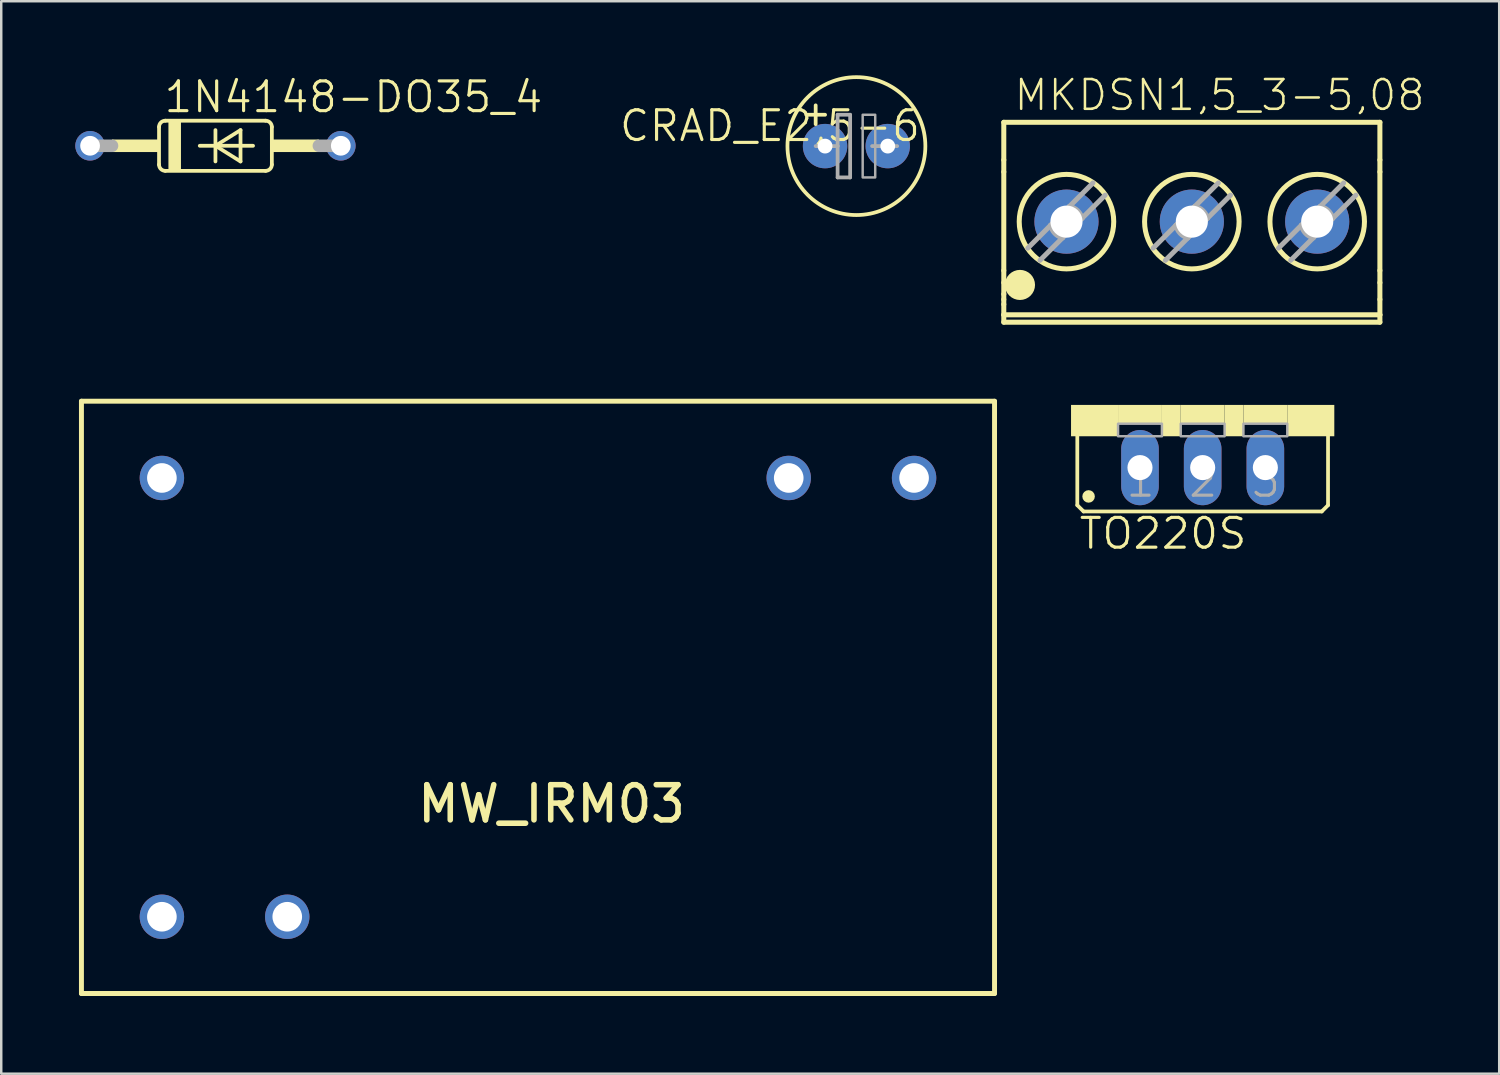
<source format=kicad_pcb>
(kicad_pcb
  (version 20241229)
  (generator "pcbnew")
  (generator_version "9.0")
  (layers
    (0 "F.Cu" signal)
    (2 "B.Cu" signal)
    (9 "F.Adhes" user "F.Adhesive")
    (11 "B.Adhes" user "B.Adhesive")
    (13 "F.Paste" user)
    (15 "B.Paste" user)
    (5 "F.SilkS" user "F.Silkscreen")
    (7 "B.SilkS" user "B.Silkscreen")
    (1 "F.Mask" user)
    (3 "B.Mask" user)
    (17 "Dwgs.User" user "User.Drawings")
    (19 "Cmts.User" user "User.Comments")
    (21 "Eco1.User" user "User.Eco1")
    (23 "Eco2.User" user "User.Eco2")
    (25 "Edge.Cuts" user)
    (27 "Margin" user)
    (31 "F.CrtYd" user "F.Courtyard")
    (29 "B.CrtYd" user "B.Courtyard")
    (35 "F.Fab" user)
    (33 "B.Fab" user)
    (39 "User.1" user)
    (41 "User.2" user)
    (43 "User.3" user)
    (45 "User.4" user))
  (footprint "TO220S"
    (layer "F.Cu")
    (at 45.684 13.358)
    (property "Reference" "TO220S" (at -5.08 5.918 0) (layer "F.SilkS") (effects (font (size 1.206 1.206) (thickness 0.127)) (justify left bottom)))
    (attr through_hole)
    (fp_line (start -5.08 4.064) (end -5.08 1.143) (stroke (width 0.152) (type solid)) (layer "F.SilkS"))
    (fp_line (start -5.08 4.064) (end -4.826 4.318) (stroke (width 0.152) (type solid)) (layer "F.SilkS"))
    (fp_line (start 4.826 4.318) (end -4.826 4.318) (stroke (width 0.152) (type solid)) (layer "F.SilkS"))
    (fp_line (start 4.826 4.318) (end 5.08 4.064) (stroke (width 0.152) (type solid)) (layer "F.SilkS"))
    (fp_line (start 5.08 1.143) (end 5.08 4.064) (stroke (width 0.152) (type solid)) (layer "F.SilkS"))
    (fp_circle (center -4.623 3.708) (end -4.496 3.708) (stroke (width 0.254) (type solid)) (fill no) (layer "F.SilkS"))
    (fp_poly (pts (xy -5.334 1.27) (xy -3.429 1.27) (xy -3.429 0) (xy -5.334 0)) (stroke (width 0) (type solid)) (fill yes) (layer "F.SilkS"))
    (fp_poly (pts (xy -3.429 0.762) (xy -1.651 0.762) (xy -1.651 0) (xy -3.429 0)) (stroke (width 0) (type solid)) (fill yes) (layer "F.SilkS"))
    (fp_poly (pts (xy -1.651 1.27) (xy -0.889 1.27) (xy -0.889 0) (xy -1.651 0)) (stroke (width 0) (type solid)) (fill yes) (layer "F.SilkS"))
    (fp_poly (pts (xy -0.889 0.762) (xy 0.889 0.762) (xy 0.889 0) (xy -0.889 0)) (stroke (width 0) (type solid)) (fill yes) (layer "F.SilkS"))
    (fp_poly (pts (xy 0.889 1.27) (xy 1.651 1.27) (xy 1.651 0) (xy 0.889 0)) (stroke (width 0) (type solid)) (fill yes) (layer "F.SilkS"))
    (fp_poly (pts (xy 1.651 0.762) (xy 3.429 0.762) (xy 3.429 0) (xy 1.651 0)) (stroke (width 0) (type solid)) (fill yes) (layer "F.SilkS"))
    (fp_poly (pts (xy 3.429 1.27) (xy 5.334 1.27) (xy 5.334 0) (xy 3.429 0)) (stroke (width 0) (type solid)) (fill yes) (layer "F.SilkS"))
    (fp_poly (pts (xy -3.429 1.27) (xy -1.651 1.27) (xy -1.651 0.762) (xy -3.429 0.762)) (stroke (width 0.1) (type solid)) (fill no) (layer "F.Fab"))
    (fp_poly (pts (xy -0.889 1.27) (xy 0.889 1.27) (xy 0.889 0.762) (xy -0.889 0.762)) (stroke (width 0.1) (type solid)) (fill no) (layer "F.Fab"))
    (fp_poly (pts (xy 1.651 1.27) (xy 3.429 1.27) (xy 3.429 0.762) (xy 1.651 0.762)) (stroke (width 0.1) (type solid)) (fill no) (layer "F.Fab"))
    (fp_text user "1" (at -3.175 3.81 0) (layer "F.Fab") (effects (font (size 1.206 1.206) (thickness 0.127)) (justify left bottom)))
    (fp_text user "2" (at -0.635 3.81 0) (layer "F.Fab") (effects (font (size 1.206 1.206) (thickness 0.127)) (justify left bottom)))
    (fp_text user "3" (at 1.905 3.81 0) (layer "F.Fab") (effects (font (size 1.206 1.206) (thickness 0.127)) (justify left bottom)))
    (pad "1" thru_hole oval (at -2.54 2.54 90) (size 3.048 1.524) (drill 1.016) (layers "*.Cu" "*.Mask"))
    (pad "2" thru_hole oval (at 0 2.54 90) (size 3.048 1.524) (drill 1.016) (layers "*.Cu" "*.Mask"))
    (pad "3" thru_hole oval (at 2.54 2.54 90) (size 3.048 1.524) (drill 1.016) (layers "*.Cu" "*.Mask")))
  (footprint "CRAD_E2,5-6"
    (layer "F.Cu")
    (at 31.653 2.87)
    (property "Reference" "CRAD_E2,5-6" (at 2.667 -1.524 0) (layer "F.SilkS") (effects (font (size 1.206 1.206) (thickness 0.127)) (justify right top)))
    (attr through_hole)
    (fp_line (start -2.032 -1.27) (end -1.651 -1.27) (stroke (width 0.152) (type solid)) (layer "F.SilkS"))
    (fp_line (start -1.651 -1.27) (end -1.651 -1.651) (stroke (width 0.152) (type solid)) (layer "F.SilkS"))
    (fp_line (start -1.651 -1.27) (end -1.27 -1.27) (stroke (width 0.152) (type solid)) (layer "F.SilkS"))
    (fp_line (start -1.651 -0.889) (end -1.651 -1.27) (stroke (width 0.152) (type solid)) (layer "F.SilkS"))
    (fp_circle (center 0 0) (end 2.794 0) (stroke (width 0.152) (type solid)) (fill no) (layer "F.SilkS"))
    (fp_line (start -1.651 0) (end -0.762 0) (stroke (width 0.152) (type solid)) (layer "F.Fab"))
    (fp_line (start -0.762 -1.27) (end -0.762 0) (stroke (width 0.152) (type solid)) (layer "F.Fab"))
    (fp_line (start -0.762 0) (end -0.762 1.27) (stroke (width 0.152) (type solid)) (layer "F.Fab"))
    (fp_line (start -0.762 1.27) (end -0.254 1.27) (stroke (width 0.152) (type solid)) (layer "F.Fab"))
    (fp_line (start -0.254 -1.27) (end -0.762 -1.27) (stroke (width 0.152) (type solid)) (layer "F.Fab"))
    (fp_line (start -0.254 1.27) (end -0.254 -1.27) (stroke (width 0.152) (type solid)) (layer "F.Fab"))
    (fp_line (start 0.635 0) (end 1.651 0) (stroke (width 0.152) (type solid)) (layer "F.Fab"))
    (fp_poly (pts (xy 0.254 1.27) (xy 0.762 1.27) (xy 0.762 -1.27) (xy 0.254 -1.27)) (stroke (width 0.1) (type solid)) (fill no) (layer "F.Fab"))
    (pad "+" thru_hole circle (at -1.27 0) (size 1.8 1.8) (drill 0.6) (layers "*.Cu" "*.Mask"))
    (pad "-" thru_hole circle (at 1.27 0) (size 1.8 1.8) (drill 0.6) (layers "*.Cu" "*.Mask")))
  (footprint "MKDSN1,5_3-5,08"
    (layer "F.Cu")
    (at 47.806 5.956)
    (property "Reference" "MKDSN1,5_3-5,08" (at -9.831 -4.445 0) (layer "F.SilkS") (effects (font (size 1.206 1.206) (thickness 0.102)) (justify left bottom)))
    (attr through_hole)
    (fp_line (start -10.181 -4.05) (end 5.059 -4.05) (stroke (width 0.203) (type solid)) (layer "F.SilkS"))
    (fp_line (start -10.181 -2.524) (end -10.181 -4.05) (stroke (width 0.203) (type solid)) (layer "F.SilkS"))
    (fp_line (start -10.181 -2.524) (end -10.181 -2.041) (stroke (width 0.203) (type solid)) (layer "F.SilkS"))
    (fp_line (start -10.181 1.956) (end -10.181 -2.041) (stroke (width 0.203) (type solid)) (layer "F.SilkS"))
    (fp_line (start -10.181 1.956) (end -10.181 2.448) (stroke (width 0.203) (type solid)) (layer "F.SilkS"))
    (fp_line (start -10.181 2.913) (end -10.181 2.448) (stroke (width 0.203) (type solid)) (layer "F.SilkS"))
    (fp_line (start -10.181 3.128) (end -10.181 2.913) (stroke (width 0.203) (type solid)) (layer "F.SilkS"))
    (fp_line (start -10.181 3.327) (end -10.181 3.128) (stroke (width 0.203) (type solid)) (layer "F.SilkS"))
    (fp_line (start -10.181 3.75) (end -10.181 3.327) (stroke (width 0.203) (type solid)) (layer "F.SilkS"))
    (fp_line (start -10.181 3.75) (end -10.181 4.05) (stroke (width 0.203) (type solid)) (layer "F.SilkS"))
    (fp_line (start -10.181 4.05) (end 5.059 4.05) (stroke (width 0.203) (type solid)) (layer "F.SilkS"))
    (fp_line (start 5.059 -2.524) (end 5.059 -4.05) (stroke (width 0.203) (type solid)) (layer "F.SilkS"))
    (fp_line (start 5.059 -2.524) (end 5.059 -2.041) (stroke (width 0.203) (type solid)) (layer "F.SilkS"))
    (fp_line (start 5.059 1.956) (end 5.059 -2.041) (stroke (width 0.203) (type solid)) (layer "F.SilkS"))
    (fp_line (start 5.059 1.956) (end 5.059 2.448) (stroke (width 0.203) (type solid)) (layer "F.SilkS"))
    (fp_line (start 5.059 3.128) (end 5.059 2.448) (stroke (width 0.203) (type solid)) (layer "F.SilkS"))
    (fp_line (start 5.059 3.75) (end -10.181 3.75) (stroke (width 0.203) (type solid)) (layer "F.SilkS"))
    (fp_line (start 5.059 3.75) (end 5.059 3.128) (stroke (width 0.203) (type solid)) (layer "F.SilkS"))
    (fp_line (start 5.059 3.75) (end 5.059 4.05) (stroke (width 0.203) (type solid)) (layer "F.SilkS"))
    (fp_circle (center -9.525 2.54) (end -9.22 2.54) (stroke (width 0.61) (type solid)) (fill no) (layer "F.SilkS"))
    (fp_circle (center -7.641 -0.025) (end -5.726 -0.025) (stroke (width 0.203) (type solid)) (fill no) (layer "F.SilkS"))
    (fp_circle (center -2.561 -0.025) (end -0.646 -0.025) (stroke (width 0.203) (type solid)) (fill no) (layer "F.SilkS"))
    (fp_circle (center 2.519 -0.025) (end 4.434 -0.025) (stroke (width 0.203) (type solid)) (fill no) (layer "F.SilkS"))
    (fp_line (start -9.209 1.048) (end -8.28 0.119) (stroke (width 0.203) (type solid)) (layer "F.Fab"))
    (fp_line (start -8.28 0.119) (end -7.641 -0.52) (stroke (width 0.203) (type solid)) (layer "F.Fab"))
    (fp_line (start -7.801 0.63) (end -8.714 1.543) (stroke (width 0.203) (type solid)) (layer "F.Fab"))
    (fp_line (start -7.641 -0.52) (end -7.522 -0.639) (stroke (width 0.203) (type solid)) (layer "F.Fab"))
    (fp_line (start -7.641 0.47) (end -7.801 0.63) (stroke (width 0.203) (type solid)) (layer "F.Fab"))
    (fp_line (start -7.522 -0.639) (end -6.568 -1.593) (stroke (width 0.203) (type solid)) (layer "F.Fab"))
    (fp_line (start -7.011 -0.16) (end -7.641 0.47) (stroke (width 0.203) (type solid)) (layer "F.Fab"))
    (fp_line (start -6.073 -1.098) (end -7.011 -0.16) (stroke (width 0.203) (type solid)) (layer "F.Fab"))
    (fp_line (start -4.129 1.048) (end -3.2 0.119) (stroke (width 0.203) (type solid)) (layer "F.Fab"))
    (fp_line (start -3.2 0.119) (end -2.561 -0.52) (stroke (width 0.203) (type solid)) (layer "F.Fab"))
    (fp_line (start -2.721 0.63) (end -3.634 1.543) (stroke (width 0.203) (type solid)) (layer "F.Fab"))
    (fp_line (start -2.561 -0.52) (end -2.442 -0.639) (stroke (width 0.203) (type solid)) (layer "F.Fab"))
    (fp_line (start -2.561 0.47) (end -2.721 0.63) (stroke (width 0.203) (type solid)) (layer "F.Fab"))
    (fp_line (start -2.442 -0.639) (end -1.488 -1.593) (stroke (width 0.203) (type solid)) (layer "F.Fab"))
    (fp_line (start -1.931 -0.16) (end -2.561 0.47) (stroke (width 0.203) (type solid)) (layer "F.Fab"))
    (fp_line (start -0.993 -1.098) (end -1.931 -0.16) (stroke (width 0.203) (type solid)) (layer "F.Fab"))
    (fp_line (start 0.951 1.048) (end 1.88 0.119) (stroke (width 0.203) (type solid)) (layer "F.Fab"))
    (fp_line (start 1.88 0.119) (end 2.519 -0.52) (stroke (width 0.203) (type solid)) (layer "F.Fab"))
    (fp_line (start 2.359 0.63) (end 1.446 1.543) (stroke (width 0.203) (type solid)) (layer "F.Fab"))
    (fp_line (start 2.519 -0.52) (end 2.638 -0.639) (stroke (width 0.203) (type solid)) (layer "F.Fab"))
    (fp_line (start 2.519 0.47) (end 2.359 0.63) (stroke (width 0.203) (type solid)) (layer "F.Fab"))
    (fp_line (start 2.638 -0.639) (end 3.592 -1.593) (stroke (width 0.203) (type solid)) (layer "F.Fab"))
    (fp_line (start 3.149 -0.16) (end 2.519 0.47) (stroke (width 0.203) (type solid)) (layer "F.Fab"))
    (fp_line (start 4.087 -1.098) (end 3.149 -0.16) (stroke (width 0.203) (type solid)) (layer "F.Fab"))
    (fp_arc (start -7.801099 0.63) (mid -8.115315 0.444537) (end -8.2801 0.119) (stroke (width 0.2032) (type solid)) (layer "F.Fab"))
    (fp_arc (start -7.5221 -0.639) (mid -7.196563 -0.474216) (end -7.0111 -0.16) (stroke (width 0.2032) (type solid)) (layer "F.Fab"))
    (fp_arc (start -2.721099 0.63) (mid -3.035315 0.444537) (end -3.2001 0.119) (stroke (width 0.2032) (type solid)) (layer "F.Fab"))
    (fp_arc (start -2.4421 -0.639) (mid -2.116563 -0.474216) (end -1.9311 -0.16) (stroke (width 0.2032) (type solid)) (layer "F.Fab"))
    (fp_arc (start 2.3589 0.629999) (mid 2.044684 0.444536) (end 1.8799 0.119) (stroke (width 0.2032) (type solid)) (layer "F.Fab"))
    (fp_arc (start 2.6379 -0.639001) (mid 2.963437 -0.474216) (end 3.1489 -0.16) (stroke (width 0.2032) (type solid)) (layer "F.Fab"))
    (pad "1" thru_hole circle (at -7.641 -0.025) (size 2.6 2.6) (drill 1.3) (layers "*.Cu" "*.Mask"))
    (pad "2" thru_hole circle (at -2.561 -0.025) (size 2.6 2.6) (drill 1.3) (layers "*.Cu" "*.Mask"))
    (pad "3" thru_hole circle (at 2.519 -0.025) (size 2.6 2.6) (drill 1.3) (layers "*.Cu" "*.Mask")))
  (footprint "MW_IRM03"
    (layer "F.Cu")
    (at 0.25 37.208)
    (property "Reference" "MW_IRM03" (at 19.05 -6.85 0) (layer "F.SilkS") (effects (font (size 1.425 1.425) (thickness 0.225)) (justify bottom)))
    (attr through_hole)
    (fp_line (start 0 -24) (end 37 -24) (stroke (width 0.2) (type solid)) (layer "F.SilkS"))
    (fp_line (start 0 0) (end 0 -24) (stroke (width 0.2) (type solid)) (layer "F.SilkS"))
    (fp_line (start 0 0) (end 37 0) (stroke (width 0.2) (type solid)) (layer "F.SilkS"))
    (fp_line (start 37 0) (end 37 -24) (stroke (width 0.2) (type solid)) (layer "F.SilkS"))
    (pad "AC1" thru_hole circle (at 28.66 -20.89) (size 1.8 1.8) (drill 1.2) (layers "*.Cu" "*.Mask"))
    (pad "AC2" thru_hole circle (at 33.74 -20.89) (size 1.8 1.8) (drill 1.2) (layers "*.Cu" "*.Mask"))
    (pad "NC" thru_hole circle (at 3.26 -20.89) (size 1.8 1.8) (drill 1.2) (layers "*.Cu" "*.Mask"))
    (pad "V+" thru_hole circle (at 8.34 -3.11) (size 1.8 1.8) (drill 1.2) (layers "*.Cu" "*.Mask"))
    (pad "V-" thru_hole circle (at 3.26 -3.11) (size 1.8 1.8) (drill 1.2) (layers "*.Cu" "*.Mask")))
  (footprint "1N4148-DO35_4"
    (layer "F.Cu")
    (at 5.68 2.857)
    (property "Reference" "1N4148-DO35_4" (at -2.159 -1.27 0) (layer "F.SilkS") (effects (font (size 1.206 1.206) (thickness 0.127)) (justify left bottom)))
    (attr through_hole)
    (fp_line (start -2.286 -0.762) (end -2.286 0.762) (stroke (width 0.152) (type solid)) (layer "F.SilkS"))
    (fp_line (start -2.032 -1.016) (end 2.032 -1.016) (stroke (width 0.152) (type solid)) (layer "F.SilkS"))
    (fp_line (start -2.032 1.016) (end 2.032 1.016) (stroke (width 0.152) (type solid)) (layer "F.SilkS"))
    (fp_line (start -0.635 0) (end 0 0) (stroke (width 0.152) (type solid)) (layer "F.SilkS"))
    (fp_line (start 0 -0.635) (end 0 0) (stroke (width 0.152) (type solid)) (layer "F.SilkS"))
    (fp_line (start 0 0) (end 0 0.635) (stroke (width 0.152) (type solid)) (layer "F.SilkS"))
    (fp_line (start 0 0) (end 1.016 -0.635) (stroke (width 0.152) (type solid)) (layer "F.SilkS"))
    (fp_line (start 0 0) (end 1.524 0) (stroke (width 0.152) (type solid)) (layer "F.SilkS"))
    (fp_line (start 1.016 -0.635) (end 1.016 0.635) (stroke (width 0.152) (type solid)) (layer "F.SilkS"))
    (fp_line (start 1.016 0.635) (end 0 0) (stroke (width 0.152) (type solid)) (layer "F.SilkS"))
    (fp_line (start 2.286 0.762) (end 2.286 -0.762) (stroke (width 0.152) (type solid)) (layer "F.SilkS"))
    (fp_arc (start -2.286 -0.762) (mid -2.211605 -0.941605) (end -2.032 -1.016) (stroke (width 0.1524) (type solid)) (layer "F.SilkS"))
    (fp_arc (start -2.032 1.016) (mid -2.211605 0.941605) (end -2.286 0.762) (stroke (width 0.1524) (type solid)) (layer "F.SilkS"))
    (fp_arc (start 2.032 -1.016) (mid 2.211605 -0.941605) (end 2.286 -0.762) (stroke (width 0.1524) (type solid)) (layer "F.SilkS"))
    (fp_arc (start 2.286 0.762) (mid 2.211605 0.941605) (end 2.032 1.016) (stroke (width 0.1524) (type solid)) (layer "F.SilkS"))
    (fp_poly (pts (xy -4.191 0.254) (xy -2.286 0.254) (xy -2.286 -0.254) (xy -4.191 -0.254)) (stroke (width 0) (type solid)) (fill yes) (layer "F.SilkS"))
    (fp_poly (pts (xy -1.905 1.016) (xy -1.397 1.016) (xy -1.397 -1.016) (xy -1.905 -1.016)) (stroke (width 0) (type solid)) (fill yes) (layer "F.SilkS"))
    (fp_poly (pts (xy 2.286 0.254) (xy 4.191 0.254) (xy 4.191 -0.254) (xy 2.286 -0.254)) (stroke (width 0) (type solid)) (fill yes) (layer "F.SilkS"))
    (fp_line (start -5.08 0) (end -4.191 0) (stroke (width 0.508) (type solid)) (layer "F.Fab"))
    (fp_line (start 5.08 0) (end 4.191 0) (stroke (width 0.508) (type solid)) (layer "F.Fab"))
    (pad "A" thru_hole circle (at 5.08 0) (size 1.2 1.2) (drill 0.8) (layers "*.Cu" "*.Mask"))
    (pad "K" thru_hole circle (at -5.08 0) (size 1.2 1.2) (drill 0.8) (layers "*.Cu" "*.Mask")))
  (gr_rect
    (start -3 -3)
    (end 57.7 40.458)
    (stroke (width 0.1) (type default))
    (fill no)
    (layer "Edge.Cuts")))
</source>
